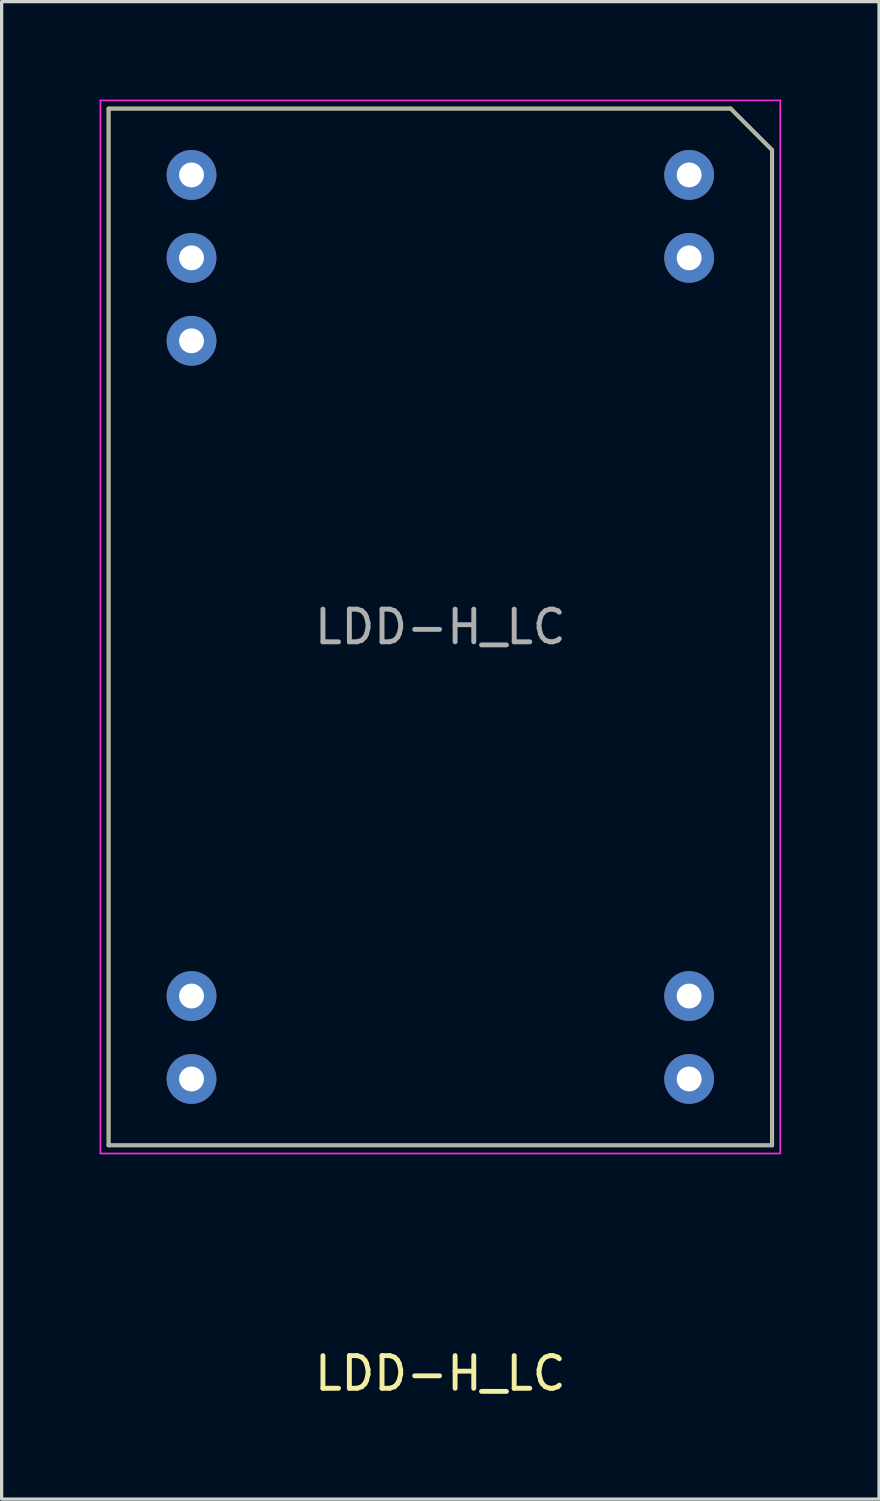
<source format=kicad_pcb>
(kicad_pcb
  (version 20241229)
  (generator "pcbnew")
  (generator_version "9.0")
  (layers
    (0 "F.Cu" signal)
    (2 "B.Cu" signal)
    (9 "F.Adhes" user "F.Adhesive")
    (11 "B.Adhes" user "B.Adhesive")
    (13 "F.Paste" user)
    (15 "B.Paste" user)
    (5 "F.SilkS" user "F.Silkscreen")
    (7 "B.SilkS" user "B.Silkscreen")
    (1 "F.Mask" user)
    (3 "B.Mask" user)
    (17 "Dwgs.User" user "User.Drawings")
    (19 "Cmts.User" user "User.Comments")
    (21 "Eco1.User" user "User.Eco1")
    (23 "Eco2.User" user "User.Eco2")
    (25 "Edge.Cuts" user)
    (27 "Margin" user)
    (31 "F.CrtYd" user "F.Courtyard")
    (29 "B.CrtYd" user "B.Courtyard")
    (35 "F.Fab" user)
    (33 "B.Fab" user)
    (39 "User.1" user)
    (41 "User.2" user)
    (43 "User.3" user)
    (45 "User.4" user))
  (footprint "LDD-H_LC"
    (layer "F.Cu")
    (at 10.435 16.15)
    (property "Reference" "LDD-H_LC" (at 0 22.86 0) (layer "F.SilkS") (effects (font (size 1 1) (thickness 0.15))))
    (attr through_hole)
    (fp_line (start -10.16 -15.875) (end -10.16 15.875) (stroke (width 0.12) (type solid)) (layer "F.SilkS"))
    (fp_line (start -10.16 -15.875) (end 8.89 -15.875) (stroke (width 0.12) (type solid)) (layer "F.SilkS"))
    (fp_line (start -10.16 15.875) (end 10.16 15.875) (stroke (width 0.12) (type solid)) (layer "F.SilkS"))
    (fp_line (start 8.89 -15.875) (end 10.16 -14.605) (stroke (width 0.12) (type solid)) (layer "F.SilkS"))
    (fp_line (start 10.16 15.875) (end 10.16 -14.605) (stroke (width 0.12) (type solid)) (layer "F.SilkS"))
    (fp_line (start -10.41 -16.125) (end -10.41 16.125) (stroke (width 0.05) (type solid)) (layer "F.CrtYd"))
    (fp_line (start -10.41 16.125) (end 10.41 16.125) (stroke (width 0.05) (type solid)) (layer "F.CrtYd"))
    (fp_line (start 10.41 -16.125) (end -10.41 -16.125) (stroke (width 0.05) (type solid)) (layer "F.CrtYd"))
    (fp_line (start 10.41 16.125) (end 10.41 -16.125) (stroke (width 0.05) (type solid)) (layer "F.CrtYd"))
    (fp_line (start -10.16 -15.875) (end -10.16 15.875) (stroke (width 0.1) (type solid)) (layer "F.Fab"))
    (fp_line (start -10.16 -15.875) (end 8.89 -15.875) (stroke (width 0.1) (type solid)) (layer "F.Fab"))
    (fp_line (start -10.16 15.875) (end 10.16 15.875) (stroke (width 0.1) (type solid)) (layer "F.Fab"))
    (fp_line (start 8.89 -15.875) (end 10.16 -14.605) (stroke (width 0.1) (type solid)) (layer "F.Fab"))
    (fp_line (start 10.16 15.875) (end 10.16 -14.605) (stroke (width 0.1) (type solid)) (layer "F.Fab"))
    (fp_text user "${REFERENCE}" (at 0 0 0) (layer "F.Fab") (effects (font (size 1 1) (thickness 0.15))))
    (pad "1" thru_hole circle (at 7.62 -13.843) (size 1.524 1.524) (drill 0.762) (layers "*.Cu" "*.Mask"))
    (pad "2" thru_hole circle (at 7.62 -11.303) (size 1.524 1.524) (drill 0.762) (layers "*.Cu" "*.Mask"))
    (pad "11" thru_hole circle (at 7.62 11.303) (size 1.524 1.524) (drill 0.762) (layers "*.Cu" "*.Mask"))
    (pad "12" thru_hole circle (at 7.62 13.843) (size 1.524 1.524) (drill 0.762) (layers "*.Cu" "*.Mask"))
    (pad "13" thru_hole circle (at -7.62 13.843) (size 1.524 1.524) (drill 0.762) (layers "*.Cu" "*.Mask"))
    (pad "14" thru_hole circle (at -7.62 11.303) (size 1.524 1.524) (drill 0.762) (layers "*.Cu" "*.Mask"))
    (pad "22" thru_hole circle (at -7.62 -8.763) (size 1.524 1.524) (drill 0.762) (layers "*.Cu" "*.Mask"))
    (pad "23" thru_hole circle (at -7.62 -11.303) (size 1.524 1.524) (drill 0.762) (layers "*.Cu" "*.Mask"))
    (pad "24" thru_hole circle (at -7.62 -13.843) (size 1.524 1.524) (drill 0.762) (layers "*.Cu" "*.Mask")))
  (gr_rect
    (start -3 -3)
    (end 23.87 42.858)
    (stroke (width 0.1) (type default))
    (fill no)
    (layer "Edge.Cuts")))
</source>
